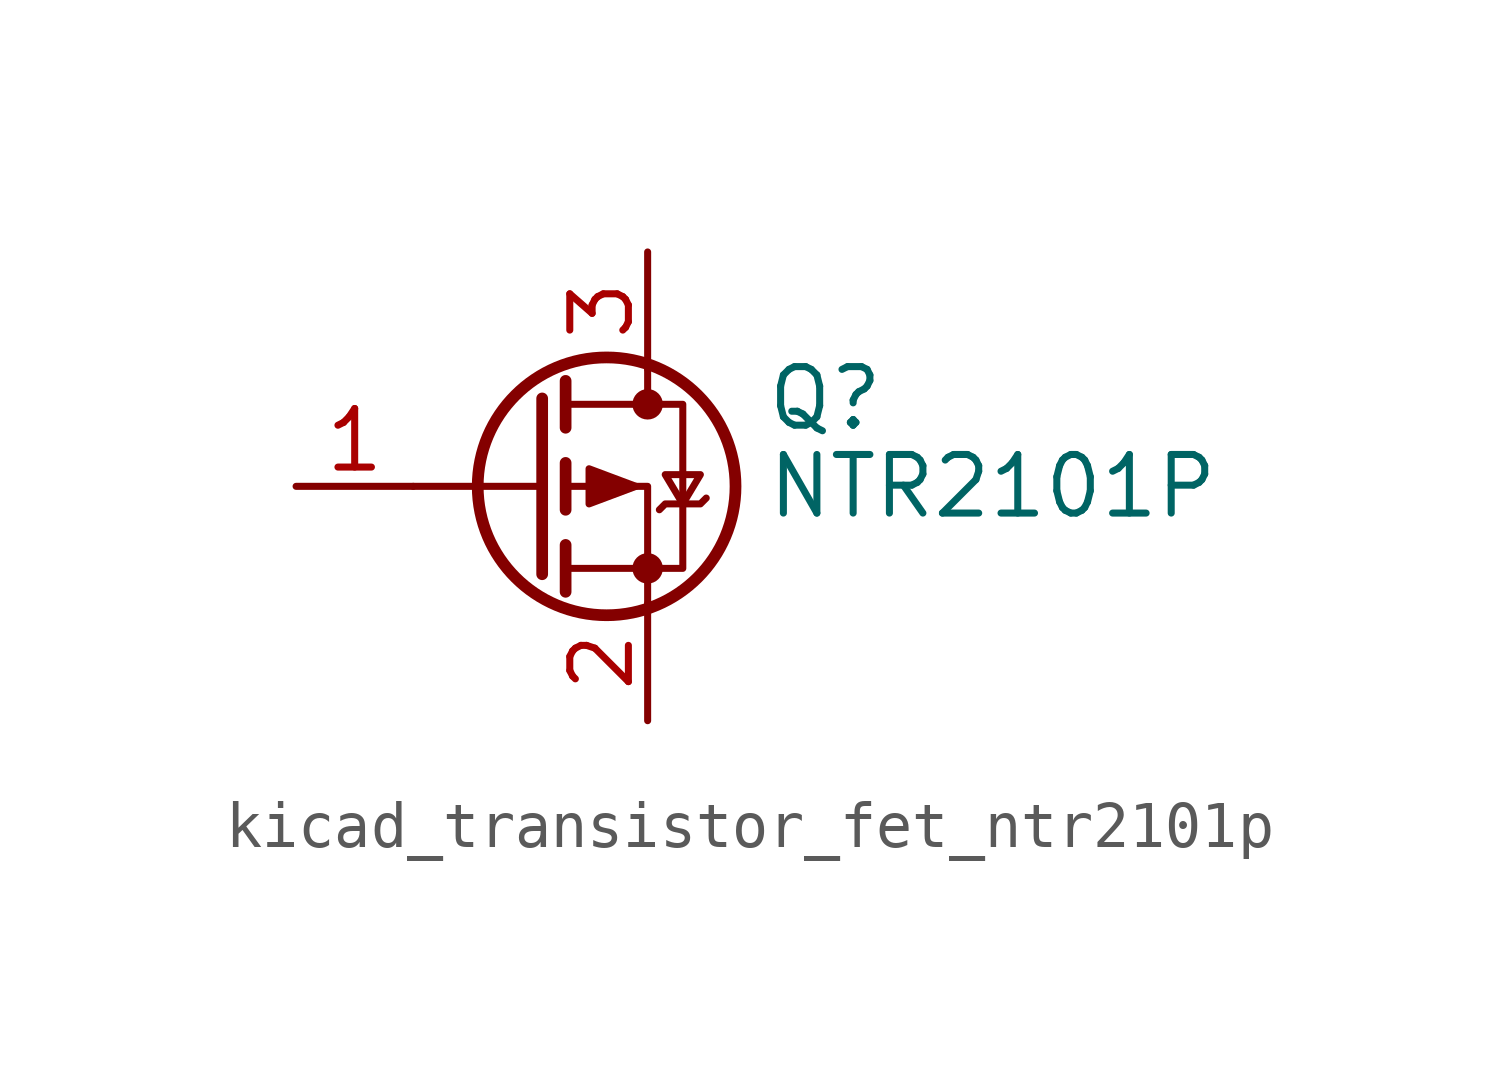
<source format=kicad_sym>
(kicad_symbol_lib
  (version 20220914)
  (generator kicad_symbol_editor)
  (symbol "kicad_transistor_fet_ntr2101p"
    (pin_names hide)
    (property "Reference" "Q"
      (at 5.08 1.905 0)
      (effects (font (size 1.27 1.27)) (justify left)))
    (property "Value" "NTR2101P"
      (at 5.08 0 0)
      (effects (font (size 1.27 1.27)) (justify left)))
    (symbol "kicad_transistor_fet_ntr2101p_0_1"
      (polyline (pts (xy 0.254 0) (xy -2.54 0)) (stroke (width 0) (type default)) (fill (type none)))
      (polyline (pts (xy 0.254 1.905) (xy 0.254 -1.905)) (stroke (width 0.254) (type default)) (fill (type none)))
      (polyline (pts (xy 0.762 -1.27) (xy 0.762 -2.286)) (stroke (width 0.254) (type default)) (fill (type none)))
      (polyline (pts (xy 0.762 0.508) (xy 0.762 -0.508)) (stroke (width 0.254) (type default)) (fill (type none)))
      (polyline (pts (xy 0.762 2.286) (xy 0.762 1.27)) (stroke (width 0.254) (type default)) (fill (type none)))
      (polyline (pts (xy 2.54 2.54) (xy 2.54 1.778)) (stroke (width 0) (type default)) (fill (type none)))
      (polyline (pts (xy 2.54 -2.54) (xy 2.54 0) (xy 0.762 0)) (stroke (width 0) (type default)) (fill (type none)))
      (polyline (pts (xy 0.762 1.778) (xy 3.302 1.778) (xy 3.302 -1.778) (xy 0.762 -1.778)) (stroke (width 0) (type default)) (fill (type none)))
      (polyline (pts (xy 2.286 0) (xy 1.27 0.381) (xy 1.27 -0.381) (xy 2.286 0)) (stroke (width 0) (type default)) (fill (type outline)))
      (polyline (pts (xy 2.794 -0.508) (xy 2.921 -0.381) (xy 3.683 -0.381) (xy 3.81 -0.254)) (stroke (width 0) (type default)) (fill (type none)))
      (polyline (pts (xy 3.302 -0.381) (xy 2.921 0.254) (xy 3.683 0.254) (xy 3.302 -0.381)) (stroke (width 0) (type default)) (fill (type none)))
      (circle (center 1.651 0) (radius 2.794) (stroke (width 0.254) (type default)) (fill (type none)))
      (circle (center 2.54 -1.778) (radius 0.254) (stroke (width 0) (type default)) (fill (type outline)))
      (circle (center 2.54 1.778) (radius 0.254) (stroke (width 0) (type default)) (fill (type outline))))
    (symbol "kicad_transistor_fet_ntr2101p_1_1"
      (pin input line (at -5.08 0 0) (length 2.54) (name "G" (effects (font (size 1.27 1.27)))) (number "1" (effects (font (size 1.27 1.27)))))
      (pin passive line (at 2.54 -5.08 90) (length 2.54) (name "S" (effects (font (size 1.27 1.27)))) (number "2" (effects (font (size 1.27 1.27)))))
      (pin passive line (at 2.54 5.08 270) (length 2.54) (name "D" (effects (font (size 1.27 1.27)))) (number "3" (effects (font (size 1.27 1.27))))))))
</source>
